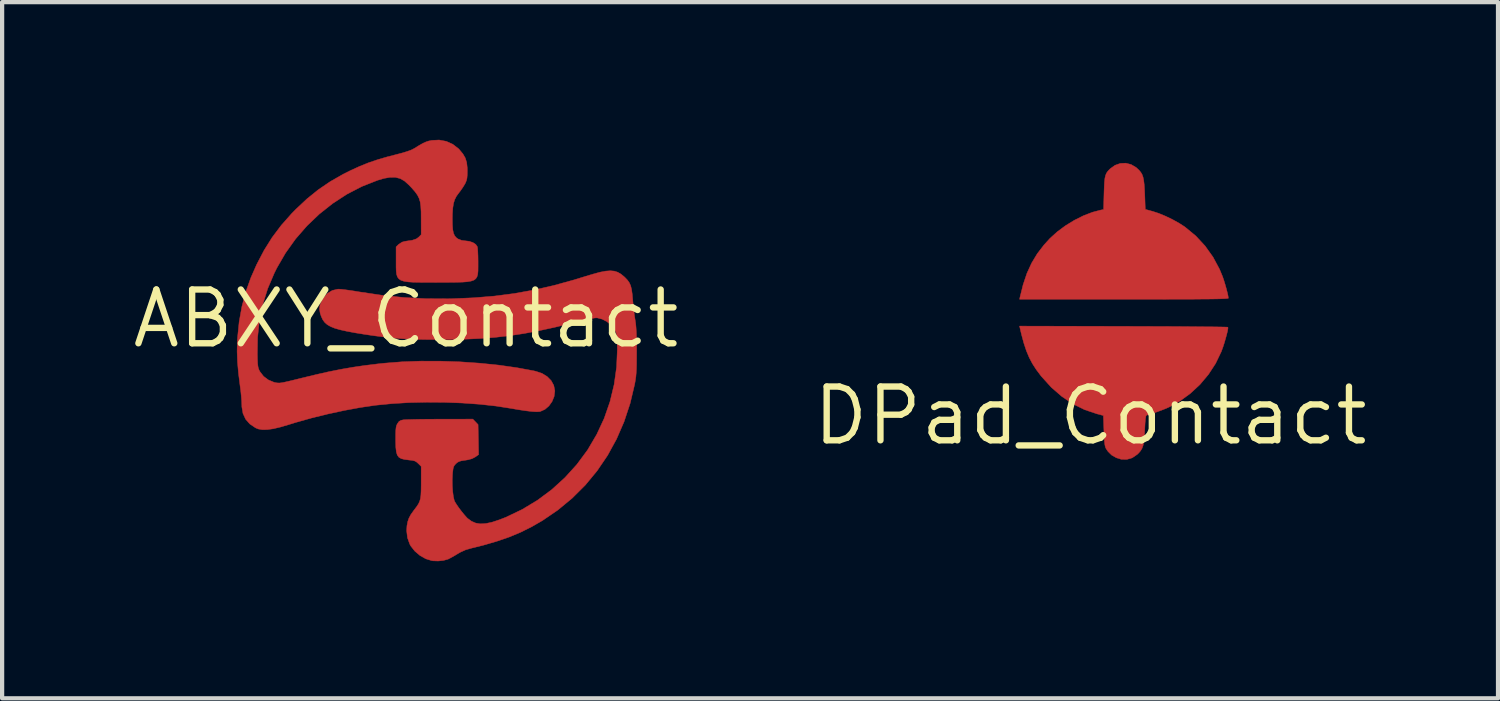
<source format=kicad_pcb>
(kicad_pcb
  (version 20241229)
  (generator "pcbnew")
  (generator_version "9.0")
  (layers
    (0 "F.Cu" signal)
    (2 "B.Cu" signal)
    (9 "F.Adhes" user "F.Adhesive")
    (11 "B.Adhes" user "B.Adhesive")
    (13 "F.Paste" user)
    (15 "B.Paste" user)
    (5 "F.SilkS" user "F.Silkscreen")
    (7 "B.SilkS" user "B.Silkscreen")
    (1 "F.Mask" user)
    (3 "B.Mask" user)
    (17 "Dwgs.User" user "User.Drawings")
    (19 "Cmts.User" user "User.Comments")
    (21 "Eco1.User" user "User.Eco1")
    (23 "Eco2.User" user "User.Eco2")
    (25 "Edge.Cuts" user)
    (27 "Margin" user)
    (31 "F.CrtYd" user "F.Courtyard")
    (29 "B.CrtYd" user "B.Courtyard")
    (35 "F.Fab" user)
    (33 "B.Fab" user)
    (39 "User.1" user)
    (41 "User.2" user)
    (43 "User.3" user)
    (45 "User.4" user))
  (footprint "DPad_Contact"
    (layer "F.Cu")
    (at 22.707 6.771)
    (property "Reference" "DPad_Contact" (at 0 0 0) (layer "F.SilkS") (effects (font (size 1.27 1.27) (thickness 0.15))))
    (attr through_hole)
    (fp_poly (pts (xy 0.962 -5.935) (xy 1.08 -5.866) (xy 1.151 -5.8) (xy 1.191 -5.751) (xy 1.222 -5.699) (xy 1.244 -5.637) (xy 1.26 -5.56) (xy 1.272 -5.458) (xy 1.28 -5.326) (xy 1.285 -5.216) (xy 1.297 -4.876) (xy 1.479 -4.826) (xy 1.619 -4.78) (xy 1.777 -4.714) (xy 1.939 -4.636) (xy 2.093 -4.551) (xy 2.222 -4.468) (xy 2.236 -4.458) (xy 2.49 -4.248) (xy 2.709 -4.012) (xy 2.896 -3.75) (xy 3.051 -3.461) (xy 3.123 -3.287) (xy 3.15 -3.209) (xy 3.179 -3.114) (xy 3.208 -3.013) (xy 3.233 -2.917) (xy 3.251 -2.837) (xy 3.259 -2.785) (xy 3.26 -2.778) (xy 3.252 -2.774) (xy 3.227 -2.77) (xy 3.184 -2.767) (xy 3.121 -2.764) (xy 3.035 -2.761) (xy 2.924 -2.759) (xy 2.787 -2.757) (xy 2.622 -2.756) (xy 2.427 -2.754) (xy 2.2 -2.753) (xy 1.939 -2.753) (xy 1.642 -2.752) (xy 1.307 -2.752) (xy 0.932 -2.752) (xy 0.793 -2.752) (xy -1.673 -2.752) (xy -1.663 -2.799) (xy -1.588 -3.1) (xy -1.498 -3.367) (xy -1.388 -3.607) (xy -1.255 -3.828) (xy -1.096 -4.035) (xy -0.954 -4.191) (xy -0.784 -4.345) (xy -0.59 -4.489) (xy -0.38 -4.618) (xy -0.164 -4.726) (xy 0.049 -4.808) (xy 0.239 -4.858) (xy 0.312 -4.872) (xy 0.322 -5.257) (xy 0.327 -5.408) (xy 0.333 -5.524) (xy 0.343 -5.611) (xy 0.358 -5.677) (xy 0.379 -5.729) (xy 0.409 -5.773) (xy 0.45 -5.817) (xy 0.469 -5.836) (xy 0.582 -5.917) (xy 0.706 -5.961) (xy 0.835 -5.967) (xy 0.962 -5.935)) (stroke (width 0.01) (type solid)) (fill yes) (layer "F.Cu"))
    (fp_poly (pts (xy 0.781 -2.112) (xy 1.1 -2.111) (xy 1.407 -2.11) (xy 1.699 -2.109) (xy 1.975 -2.108) (xy 2.23 -2.106) (xy 2.463 -2.104) (xy 2.671 -2.102) (xy 2.852 -2.101) (xy 3.002 -2.099) (xy 3.119 -2.097) (xy 3.2 -2.095) (xy 3.243 -2.093) (xy 3.249 -2.092) (xy 3.25 -2.065) (xy 3.241 -2.007) (xy 3.221 -1.925) (xy 3.195 -1.829) (xy 3.165 -1.725) (xy 3.132 -1.623) (xy 3.098 -1.531) (xy 3.09 -1.51) (xy 2.958 -1.235) (xy 2.789 -0.976) (xy 2.588 -0.737) (xy 2.359 -0.525) (xy 2.107 -0.342) (xy 1.853 -0.202) (xy 1.743 -0.155) (xy 1.606 -0.103) (xy 1.455 -0.052) (xy 1.321 -0.011) (xy 1.311 0.013) (xy 1.301 0.076) (xy 1.292 0.176) (xy 1.285 0.309) (xy 1.284 0.328) (xy 1.276 0.483) (xy 1.264 0.603) (xy 1.247 0.696) (xy 1.221 0.769) (xy 1.185 0.829) (xy 1.137 0.884) (xy 1.106 0.914) (xy 0.99 0.993) (xy 0.863 1.031) (xy 0.731 1.029) (xy 0.614 0.993) (xy 0.502 0.929) (xy 0.418 0.846) (xy 0.377 0.787) (xy 0.36 0.756) (xy 0.348 0.718) (xy 0.339 0.667) (xy 0.331 0.596) (xy 0.326 0.497) (xy 0.32 0.363) (xy 0.32 0.355) (xy 0.307 -0.005) (xy 0.159 -0.044) (xy -0.134 -0.142) (xy -0.413 -0.279) (xy -0.675 -0.456) (xy -0.922 -0.67) (xy -1.151 -0.923) (xy -1.167 -0.942) (xy -1.276 -1.087) (xy -1.368 -1.229) (xy -1.445 -1.375) (xy -1.512 -1.535) (xy -1.572 -1.716) (xy -1.629 -1.927) (xy -1.66 -2.059) (xy -1.673 -2.118) (xy 0.781 -2.112)) (stroke (width 0.01) (type solid)) (fill yes) (layer "F.Cu"))
    (fp_poly (pts (xy 1.062 -6.743) (xy 1.264 -6.68) (xy 1.457 -6.582) (xy 1.631 -6.455) (xy 1.781 -6.304) (xy 1.899 -6.134) (xy 1.925 -6.085) (xy 1.973 -5.969) (xy 2.019 -5.825) (xy 2.059 -5.668) (xy 2.084 -5.54) (xy 2.093 -5.5) (xy 2.111 -5.47) (xy 2.144 -5.442) (xy 2.202 -5.409) (xy 2.262 -5.378) (xy 2.553 -5.21) (xy 2.832 -5.005) (xy 3.093 -4.77) (xy 3.33 -4.51) (xy 3.537 -4.23) (xy 3.608 -4.118) (xy 3.707 -3.943) (xy 3.791 -3.768) (xy 3.868 -3.577) (xy 3.908 -3.464) (xy 3.952 -3.328) (xy 3.987 -3.21) (xy 4.013 -3.099) (xy 4.031 -2.988) (xy 4.043 -2.867) (xy 4.05 -2.727) (xy 4.053 -2.56) (xy 4.053 -2.424) (xy 4.053 -2.266) (xy 4.052 -2.142) (xy 4.049 -2.045) (xy 4.044 -1.968) (xy 4.037 -1.901) (xy 4.026 -1.839) (xy 4.01 -1.772) (xy 3.993 -1.704) (xy 3.876 -1.328) (xy 3.726 -0.98) (xy 3.543 -0.658) (xy 3.327 -0.362) (xy 3.079 -0.094) (xy 2.797 0.148) (xy 2.483 0.364) (xy 2.309 0.464) (xy 2.226 0.509) (xy 2.159 0.546) (xy 2.115 0.572) (xy 2.101 0.58) (xy 2.094 0.603) (xy 2.08 0.658) (xy 2.063 0.734) (xy 2.054 0.776) (xy 1.988 1.008) (xy 1.891 1.212) (xy 1.761 1.39) (xy 1.597 1.545) (xy 1.57 1.565) (xy 1.37 1.692) (xy 1.158 1.78) (xy 0.938 1.827) (xy 0.714 1.834) (xy 0.529 1.808) (xy 0.33 1.745) (xy 0.14 1.646) (xy -0.033 1.516) (xy -0.185 1.361) (xy -0.31 1.188) (xy -0.4 1) (xy -0.423 0.931) (xy -0.446 0.842) (xy -0.466 0.751) (xy -0.476 0.694) (xy -0.489 0.595) (xy -0.673 0.495) (xy -0.896 0.366) (xy -1.094 0.233) (xy -1.28 0.083) (xy -1.469 -0.092) (xy -1.504 -0.126) (xy -1.754 -0.4) (xy -1.964 -0.684) (xy -2.138 -0.984) (xy -2.277 -1.305) (xy -2.385 -1.65) (xy -2.417 -1.781) (xy -2.434 -1.862) (xy -2.446 -1.938) (xy -2.455 -2.016) (xy -2.461 -2.106) (xy -2.464 -2.216) (xy -2.466 -2.354) (xy -2.466 -2.445) (xy -2.465 -2.602) (xy -2.463 -2.726) (xy -2.459 -2.826) (xy -2.452 -2.909) (xy -2.442 -2.984) (xy -2.427 -3.061) (xy -2.417 -3.109) (xy -2.315 -3.471) (xy -2.177 -3.814) (xy -2.004 -4.138) (xy -1.798 -4.438) (xy -1.561 -4.713) (xy -1.296 -4.961) (xy -1.004 -5.177) (xy -0.686 -5.361) (xy -0.678 -5.365) (xy -0.497 -5.456) (xy -0.472 -5.636) (xy -0.422 -5.86) (xy -0.337 -6.066) (xy -0.221 -6.251) (xy -0.078 -6.413) (xy 0.088 -6.547) (xy 0.273 -6.653) (xy 0.474 -6.726) (xy 0.686 -6.765) (xy 0.906 -6.766) (xy 1.062 -6.743)) (stroke (width 0.01) (type solid)) (fill yes) (layer "F.Mask")))
  (footprint "ABXY_Contact"
    (layer "F.Cu")
    (at 6.539 4.479)
    (property "Reference" "ABXY_Contact" (at 0 0 0) (layer "F.SilkS") (effects (font (size 1.27 1.27) (thickness 0.15))))
    (attr through_hole)
    (fp_poly (pts (xy 0.952 -4.191) (xy 1.106 -4.122) (xy 1.242 -4.017) (xy 1.262 -3.995) (xy 1.346 -3.894) (xy 1.402 -3.797) (xy 1.435 -3.69) (xy 1.449 -3.561) (xy 1.45 -3.493) (xy 1.448 -3.392) (xy 1.442 -3.321) (xy 1.429 -3.265) (xy 1.407 -3.211) (xy 1.394 -3.185) (xy 1.347 -3.108) (xy 1.288 -3.022) (xy 1.25 -2.973) (xy 1.194 -2.897) (xy 1.153 -2.817) (xy 1.124 -2.725) (xy 1.107 -2.613) (xy 1.098 -2.473) (xy 1.096 -2.366) (xy 1.098 -2.218) (xy 1.106 -2.106) (xy 1.123 -2.022) (xy 1.151 -1.96) (xy 1.19 -1.914) (xy 1.232 -1.884) (xy 1.314 -1.852) (xy 1.397 -1.841) (xy 1.496 -1.829) (xy 1.584 -1.799) (xy 1.651 -1.754) (xy 1.687 -1.701) (xy 1.687 -1.7) (xy 1.693 -1.658) (xy 1.698 -1.583) (xy 1.702 -1.484) (xy 1.704 -1.372) (xy 1.704 -1.333) (xy 1.704 -1.222) (xy 1.703 -1.129) (xy 1.696 -1.053) (xy 1.68 -0.994) (xy 1.652 -0.948) (xy 1.607 -0.913) (xy 1.542 -0.89) (xy 1.454 -0.874) (xy 1.338 -0.865) (xy 1.192 -0.861) (xy 1.011 -0.859) (xy 0.792 -0.859) (xy 0.751 -0.859) (xy 0.522 -0.858) (xy 0.331 -0.859) (xy 0.175 -0.862) (xy 0.051 -0.87) (xy -0.045 -0.885) (xy -0.117 -0.908) (xy -0.167 -0.942) (xy -0.201 -0.988) (xy -0.221 -1.049) (xy -0.23 -1.125) (xy -0.233 -1.22) (xy -0.233 -1.334) (xy -0.233 -1.381) (xy -0.233 -1.697) (xy -0.174 -1.756) (xy -0.091 -1.81) (xy -0.025 -1.828) (xy 0.058 -1.841) (xy 0.144 -1.853) (xy 0.152 -1.855) (xy 0.249 -1.888) (xy 0.301 -1.927) (xy 0.36 -1.986) (xy 0.359 -2.364) (xy 0.358 -2.526) (xy 0.351 -2.654) (xy 0.337 -2.758) (xy 0.311 -2.844) (xy 0.271 -2.923) (xy 0.214 -3.002) (xy 0.136 -3.091) (xy 0.068 -3.162) (xy -0.032 -3.252) (xy -0.135 -3.311) (xy -0.246 -3.34) (xy -0.373 -3.341) (xy -0.521 -3.315) (xy -0.672 -3.27) (xy -1.04 -3.125) (xy -1.394 -2.942) (xy -1.73 -2.723) (xy -2.047 -2.472) (xy -2.341 -2.191) (xy -2.608 -1.884) (xy -2.845 -1.552) (xy -3.05 -1.198) (xy -3.109 -1.079) (xy -3.266 -0.71) (xy -3.383 -0.336) (xy -3.462 0.047) (xy -3.504 0.444) (xy -3.51 0.839) (xy -3.507 0.963) (xy -3.503 1.054) (xy -3.496 1.119) (xy -3.486 1.167) (xy -3.471 1.207) (xy -3.451 1.247) (xy -3.45 1.248) (xy -3.364 1.36) (xy -3.249 1.446) (xy -3.116 1.501) (xy -3.1 1.505) (xy -3.062 1.513) (xy -3.027 1.517) (xy -2.988 1.518) (xy -2.941 1.513) (xy -2.878 1.501) (xy -2.795 1.483) (xy -2.685 1.457) (xy -2.543 1.422) (xy -2.459 1.401) (xy -2.124 1.32) (xy -1.819 1.251) (xy -1.533 1.194) (xy -1.256 1.146) (xy -0.977 1.105) (xy -0.686 1.069) (xy -0.508 1.05) (xy -0.089 1.017) (xy 0.355 1.001) (xy 0.814 1.002) (xy 1.28 1.018) (xy 1.742 1.05) (xy 2.193 1.096) (xy 2.622 1.157) (xy 3.022 1.231) (xy 3.065 1.241) (xy 3.213 1.29) (xy 3.335 1.365) (xy 3.43 1.461) (xy 3.492 1.574) (xy 3.517 1.7) (xy 3.517 1.712) (xy 3.5 1.839) (xy 3.451 1.958) (xy 3.377 2.061) (xy 3.284 2.141) (xy 3.178 2.189) (xy 3.157 2.194) (xy 3.087 2.198) (xy 2.981 2.192) (xy 2.838 2.175) (xy 2.656 2.148) (xy 2.477 2.117) (xy 2.123 2.062) (xy 1.739 2.02) (xy 1.333 1.991) (xy 0.914 1.975) (xy 0.492 1.972) (xy 0.076 1.981) (xy -0.324 2.005) (xy -0.7 2.042) (xy -0.72 2.044) (xy -1.074 2.096) (xy -1.453 2.166) (xy -1.843 2.25) (xy -2.231 2.345) (xy -2.603 2.45) (xy -2.762 2.499) (xy -2.965 2.559) (xy -3.135 2.599) (xy -3.277 2.619) (xy -3.393 2.621) (xy -3.489 2.604) (xy -3.552 2.578) (xy -3.688 2.486) (xy -3.787 2.373) (xy -3.849 2.238) (xy -3.876 2.082) (xy -3.877 2.033) (xy -3.88 1.948) (xy -3.889 1.837) (xy -3.901 1.713) (xy -3.917 1.592) (xy -3.955 1.292) (xy -3.979 1.023) (xy -3.988 0.774) (xy -3.984 0.538) (xy -3.978 0.45) (xy -3.939 0.068) (xy -3.875 -0.288) (xy -3.785 -0.629) (xy -3.665 -0.965) (xy -3.526 -1.281) (xy -3.351 -1.616) (xy -3.16 -1.921) (xy -2.945 -2.207) (xy -2.698 -2.486) (xy -2.603 -2.583) (xy -2.339 -2.831) (xy -2.07 -3.048) (xy -1.788 -3.24) (xy -1.48 -3.416) (xy -1.302 -3.505) (xy -1.096 -3.599) (xy -0.894 -3.681) (xy -0.683 -3.753) (xy -0.452 -3.821) (xy -0.243 -3.875) (xy -0.086 -3.916) (xy 0.035 -3.953) (xy 0.127 -3.987) (xy 0.194 -4.021) (xy 0.201 -4.026) (xy 0.314 -4.095) (xy 0.401 -4.144) (xy 0.473 -4.177) (xy 0.537 -4.198) (xy 0.605 -4.212) (xy 0.606 -4.213) (xy 0.784 -4.222) (xy 0.952 -4.191)) (stroke (width 0.01) (type solid)) (fill yes) (layer "F.Cu"))
    (fp_poly (pts (xy 4.921 -1.125) (xy 5.002 -1.099) (xy 5.077 -1.056) (xy 5.151 -0.996) (xy 5.172 -0.977) (xy 5.232 -0.914) (xy 5.276 -0.852) (xy 5.308 -0.781) (xy 5.33 -0.693) (xy 5.346 -0.578) (xy 5.356 -0.462) (xy 5.368 -0.333) (xy 5.383 -0.196) (xy 5.399 -0.069) (xy 5.413 0.02) (xy 5.426 0.103) (xy 5.435 0.196) (xy 5.442 0.306) (xy 5.447 0.44) (xy 5.449 0.604) (xy 5.45 0.762) (xy 5.449 0.937) (xy 5.448 1.077) (xy 5.445 1.191) (xy 5.439 1.285) (xy 5.432 1.367) (xy 5.421 1.445) (xy 5.407 1.527) (xy 5.403 1.548) (xy 5.296 2) (xy 5.153 2.432) (xy 4.975 2.842) (xy 4.763 3.229) (xy 4.517 3.591) (xy 4.239 3.928) (xy 3.928 4.238) (xy 3.587 4.52) (xy 3.225 4.767) (xy 2.972 4.913) (xy 2.714 5.042) (xy 2.441 5.156) (xy 2.147 5.257) (xy 1.825 5.351) (xy 1.558 5.417) (xy 1.413 5.458) (xy 1.287 5.515) (xy 1.216 5.556) (xy 1.135 5.605) (xy 1.059 5.647) (xy 1.001 5.677) (xy 0.992 5.681) (xy 0.886 5.71) (xy 0.762 5.723) (xy 0.639 5.719) (xy 0.612 5.715) (xy 0.469 5.671) (xy 0.331 5.593) (xy 0.209 5.489) (xy 0.113 5.367) (xy 0.089 5.322) (xy 0.036 5.173) (xy 0.017 5.008) (xy 0.024 4.891) (xy 0.042 4.795) (xy 0.07 4.713) (xy 0.113 4.631) (xy 0.18 4.536) (xy 0.204 4.504) (xy 0.257 4.434) (xy 0.296 4.374) (xy 0.323 4.316) (xy 0.342 4.251) (xy 0.353 4.171) (xy 0.358 4.069) (xy 0.36 3.937) (xy 0.36 3.861) (xy 0.36 3.488) (xy 0.291 3.42) (xy 0.249 3.383) (xy 0.207 3.36) (xy 0.15 3.346) (xy 0.067 3.337) (xy -0.035 3.324) (xy -0.112 3.304) (xy -0.167 3.272) (xy -0.205 3.22) (xy -0.227 3.145) (xy -0.239 3.041) (xy -0.243 2.902) (xy -0.243 2.847) (xy -0.243 2.725) (xy -0.24 2.638) (xy -0.234 2.576) (xy -0.225 2.531) (xy -0.21 2.495) (xy -0.2 2.477) (xy -0.163 2.426) (xy -0.117 2.4) (xy -0.062 2.388) (xy -0.02 2.385) (xy 0.06 2.382) (xy 0.171 2.379) (xy 0.308 2.376) (xy 0.465 2.374) (xy 0.637 2.373) (xy 0.806 2.372) (xy 1.58 2.371) (xy 1.642 2.435) (xy 1.704 2.5) (xy 1.711 2.855) (xy 1.717 3.21) (xy 1.635 3.267) (xy 1.561 3.306) (xy 1.466 3.332) (xy 1.398 3.343) (xy 1.31 3.356) (xy 1.251 3.374) (xy 1.207 3.4) (xy 1.179 3.426) (xy 1.147 3.461) (xy 1.127 3.497) (xy 1.114 3.546) (xy 1.105 3.62) (xy 1.1 3.676) (xy 1.094 3.811) (xy 1.096 3.95) (xy 1.105 4.081) (xy 1.12 4.197) (xy 1.14 4.286) (xy 1.154 4.32) (xy 1.193 4.384) (xy 1.249 4.466) (xy 1.316 4.554) (xy 1.382 4.635) (xy 1.438 4.698) (xy 1.458 4.717) (xy 1.549 4.784) (xy 1.648 4.827) (xy 1.758 4.845) (xy 1.884 4.838) (xy 2.032 4.807) (xy 2.205 4.75) (xy 2.364 4.688) (xy 2.746 4.505) (xy 3.108 4.287) (xy 3.445 4.036) (xy 3.756 3.753) (xy 4.038 3.442) (xy 4.289 3.103) (xy 4.297 3.09) (xy 4.508 2.731) (xy 4.683 2.354) (xy 4.82 1.96) (xy 4.918 1.555) (xy 4.976 1.142) (xy 4.994 0.725) (xy 4.992 0.654) (xy 4.989 0.533) (xy 4.984 0.445) (xy 4.978 0.382) (xy 4.967 0.336) (xy 4.951 0.296) (xy 4.929 0.255) (xy 4.926 0.249) (xy 4.849 0.151) (xy 4.748 0.068) (xy 4.634 0.009) (xy 4.52 -0.02) (xy 4.489 -0.021) (xy 4.446 -0.016) (xy 4.369 -0.002) (xy 4.264 0.021) (xy 4.139 0.049) (xy 4.001 0.083) (xy 3.913 0.105) (xy 3.514 0.202) (xy 3.143 0.283) (xy 2.79 0.349) (xy 2.448 0.401) (xy 2.105 0.44) (xy 1.753 0.467) (xy 1.382 0.484) (xy 0.983 0.492) (xy 0.794 0.493) (xy 0.514 0.491) (xy 0.267 0.487) (xy 0.044 0.479) (xy -0.164 0.466) (xy -0.367 0.448) (xy -0.573 0.425) (xy -0.792 0.396) (xy -0.974 0.369) (xy -1.204 0.332) (xy -1.395 0.296) (xy -1.553 0.261) (xy -1.68 0.225) (xy -1.781 0.184) (xy -1.859 0.139) (xy -1.919 0.086) (xy -1.965 0.023) (xy -1.999 -0.05) (xy -2.025 -0.125) (xy -2.042 -0.227) (xy -2.03 -0.325) (xy -1.985 -0.43) (xy -1.942 -0.5) (xy -1.85 -0.602) (xy -1.738 -0.669) (xy -1.611 -0.698) (xy -1.582 -0.699) (xy -1.526 -0.695) (xy -1.438 -0.685) (xy -1.327 -0.67) (xy -1.203 -0.651) (xy -1.115 -0.636) (xy -0.575 -0.556) (xy -0.053 -0.502) (xy 0.466 -0.474) (xy 0.996 -0.471) (xy 1.09 -0.473) (xy 1.604 -0.495) (xy 2.09 -0.535) (xy 2.56 -0.596) (xy 3.022 -0.679) (xy 3.489 -0.785) (xy 3.971 -0.918) (xy 4.234 -0.999) (xy 4.427 -1.057) (xy 4.587 -1.1) (xy 4.719 -1.125) (xy 4.828 -1.133) (xy 4.921 -1.125)) (stroke (width 0.01) (type solid)) (fill yes) (layer "F.Cu"))
    (fp_poly (pts (xy 1.14 -4.461) (xy 1.508 -4.422) (xy 1.867 -4.355) (xy 2.232 -4.258) (xy 2.386 -4.209) (xy 2.818 -4.043) (xy 3.232 -3.841) (xy 3.626 -3.603) (xy 3.996 -3.333) (xy 4.342 -3.032) (xy 4.66 -2.702) (xy 4.948 -2.345) (xy 5.205 -1.964) (xy 5.427 -1.56) (xy 5.508 -1.387) (xy 5.674 -0.966) (xy 5.805 -0.529) (xy 5.899 -0.083) (xy 5.954 0.365) (xy 5.969 0.753) (xy 5.948 1.211) (xy 5.886 1.663) (xy 5.785 2.107) (xy 5.647 2.54) (xy 5.471 2.959) (xy 5.261 3.361) (xy 5.016 3.745) (xy 4.74 4.107) (xy 4.433 4.445) (xy 4.097 4.756) (xy 3.732 5.037) (xy 3.598 5.128) (xy 3.454 5.217) (xy 3.282 5.313) (xy 3.093 5.411) (xy 2.9 5.504) (xy 2.713 5.588) (xy 2.546 5.656) (xy 2.529 5.662) (xy 2.365 5.718) (xy 2.174 5.774) (xy 1.972 5.828) (xy 1.773 5.875) (xy 1.594 5.91) (xy 1.545 5.919) (xy 1.439 5.931) (xy 1.302 5.942) (xy 1.141 5.95) (xy 0.965 5.956) (xy 0.781 5.96) (xy 0.599 5.961) (xy 0.427 5.959) (xy 0.272 5.955) (xy 0.143 5.948) (xy 0.051 5.938) (xy -0.426 5.844) (xy -0.886 5.713) (xy -1.327 5.546) (xy -1.747 5.342) (xy -2.145 5.103) (xy -2.52 4.83) (xy -2.862 4.531) (xy -3.167 4.218) (xy -3.434 3.895) (xy -3.67 3.556) (xy -3.879 3.192) (xy -3.947 3.059) (xy -4.13 2.646) (xy -4.273 2.234) (xy -4.378 1.817) (xy -4.447 1.389) (xy -4.48 0.941) (xy -4.481 0.921) (xy -4.475 0.446) (xy -4.43 -0.019) (xy -4.344 -0.473) (xy -4.218 -0.915) (xy -4.054 -1.341) (xy -3.852 -1.752) (xy -3.612 -2.145) (xy -3.336 -2.518) (xy -3.027 -2.865) (xy -2.833 -3.059) (xy -2.649 -3.226) (xy -2.464 -3.378) (xy -2.266 -3.523) (xy -2.145 -3.606) (xy -1.745 -3.847) (xy -1.327 -4.049) (xy -0.894 -4.214) (xy -0.448 -4.339) (xy 0.009 -4.423) (xy 0.475 -4.468) (xy 0.751 -4.474) (xy 1.14 -4.461)) (stroke (width 0.01) (type solid)) (fill yes) (layer "F.Mask")))
  (gr_rect
    (start -3 -3)
    (end 32.336 13.445)
    (stroke (width 0.1) (type default))
    (fill no)
    (layer "Edge.Cuts")))
</source>
